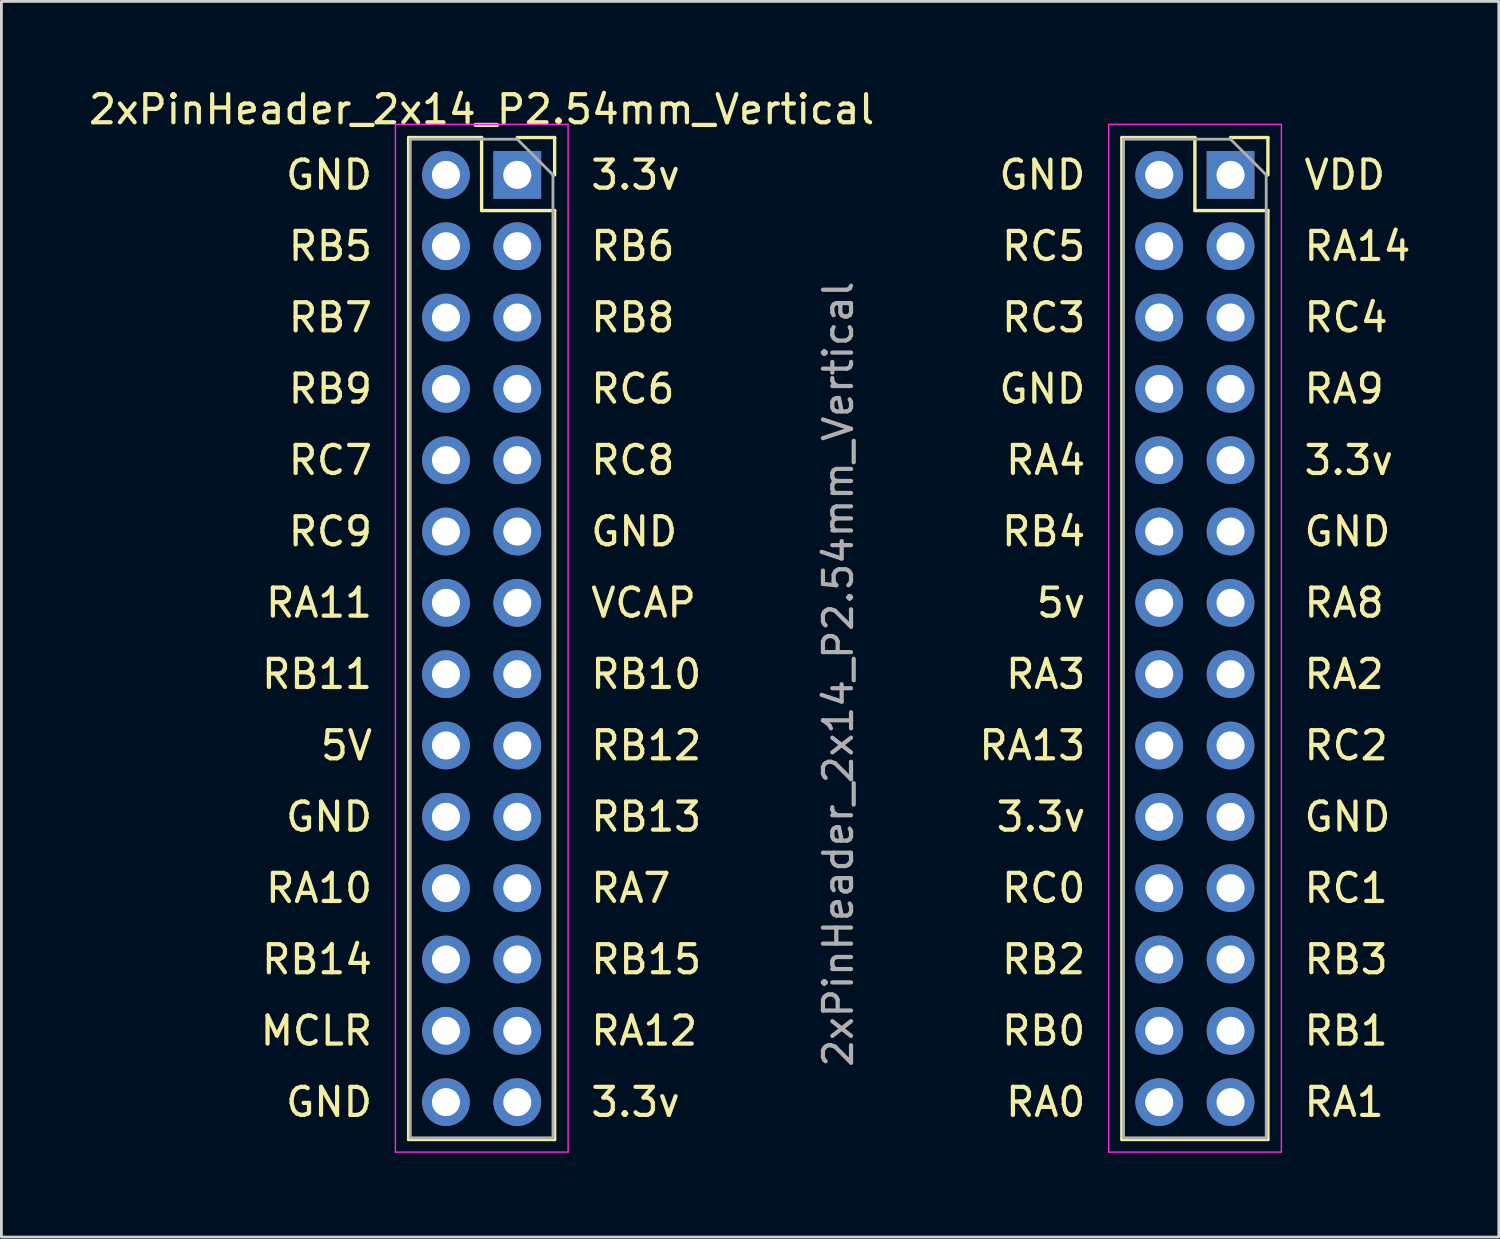
<source format=kicad_pcb>
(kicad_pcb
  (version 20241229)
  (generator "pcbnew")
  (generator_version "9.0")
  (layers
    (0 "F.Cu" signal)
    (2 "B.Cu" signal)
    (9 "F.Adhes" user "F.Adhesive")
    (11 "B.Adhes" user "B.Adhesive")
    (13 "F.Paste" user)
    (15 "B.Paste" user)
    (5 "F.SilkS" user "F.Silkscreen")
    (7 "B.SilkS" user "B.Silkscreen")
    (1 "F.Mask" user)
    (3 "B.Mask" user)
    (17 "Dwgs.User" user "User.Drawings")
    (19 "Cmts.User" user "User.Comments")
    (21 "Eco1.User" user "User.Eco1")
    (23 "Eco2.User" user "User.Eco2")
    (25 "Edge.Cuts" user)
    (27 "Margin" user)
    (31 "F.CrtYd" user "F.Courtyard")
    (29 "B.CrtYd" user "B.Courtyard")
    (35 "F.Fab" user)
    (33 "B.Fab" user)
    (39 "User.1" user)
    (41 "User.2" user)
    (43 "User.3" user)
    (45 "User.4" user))
  (footprint "2xPinHeader_2x14_P2.54mm_Vertical"
    (layer "F.Cu")
    (at 12.831 3.178)
    (property "Reference" "2xPinHeader_2x14_P2.54mm_Vertical" (at 1.27 -2.33 0) (layer "F.SilkS") (effects (font (size 1 1) (thickness 0.15))))
    (attr through_hole)
    (fp_line (start -1.33 -1.33) (end -1.33 34.35) (stroke (width 0.12) (type solid)) (layer "F.SilkS"))
    (fp_line (start 1.27 -1.33) (end -1.33 -1.33) (stroke (width 0.12) (type solid)) (layer "F.SilkS"))
    (fp_line (start 1.27 1.27) (end 1.27 -1.33) (stroke (width 0.12) (type solid)) (layer "F.SilkS"))
    (fp_line (start 3.87 -1.33) (end 2.54 -1.33) (stroke (width 0.12) (type solid)) (layer "F.SilkS"))
    (fp_line (start 3.87 0) (end 3.87 -1.33) (stroke (width 0.12) (type solid)) (layer "F.SilkS"))
    (fp_line (start 3.87 1.27) (end 1.27 1.27) (stroke (width 0.12) (type solid)) (layer "F.SilkS"))
    (fp_line (start 3.87 1.27) (end 3.87 34.35) (stroke (width 0.12) (type solid)) (layer "F.SilkS"))
    (fp_line (start 3.87 34.35) (end -1.33 34.35) (stroke (width 0.12) (type solid)) (layer "F.SilkS"))
    (fp_line (start 24.07 -1.33) (end 24.07 34.35) (stroke (width 0.12) (type solid)) (layer "F.SilkS"))
    (fp_line (start 26.67 -1.33) (end 24.07 -1.33) (stroke (width 0.12) (type solid)) (layer "F.SilkS"))
    (fp_line (start 26.67 1.27) (end 26.67 -1.33) (stroke (width 0.12) (type solid)) (layer "F.SilkS"))
    (fp_line (start 29.27 -1.33) (end 27.94 -1.33) (stroke (width 0.12) (type solid)) (layer "F.SilkS"))
    (fp_line (start 29.27 0) (end 29.27 -1.33) (stroke (width 0.12) (type solid)) (layer "F.SilkS"))
    (fp_line (start 29.27 1.27) (end 26.67 1.27) (stroke (width 0.12) (type solid)) (layer "F.SilkS"))
    (fp_line (start 29.27 1.27) (end 29.27 34.35) (stroke (width 0.12) (type solid)) (layer "F.SilkS"))
    (fp_line (start 29.27 34.35) (end 24.07 34.35) (stroke (width 0.12) (type solid)) (layer "F.SilkS"))
    (fp_line (start -1.81 -1.8) (end 4.34 -1.8) (stroke (width 0.05) (type solid)) (layer "F.CrtYd"))
    (fp_line (start -1.8 -1.8) (end -1.8 34.8) (stroke (width 0.05) (type solid)) (layer "F.CrtYd"))
    (fp_line (start -1.8 34.8) (end 4.35 34.8) (stroke (width 0.05) (type solid)) (layer "F.CrtYd"))
    (fp_line (start 4.35 34.8) (end 4.35 -1.8) (stroke (width 0.05) (type solid)) (layer "F.CrtYd"))
    (fp_line (start 23.6 -1.8) (end 23.6 34.8) (stroke (width 0.05) (type solid)) (layer "F.CrtYd"))
    (fp_line (start 23.6 34.8) (end 29.75 34.8) (stroke (width 0.05) (type solid)) (layer "F.CrtYd"))
    (fp_line (start 29.75 -1.8) (end 23.6 -1.8) (stroke (width 0.05) (type solid)) (layer "F.CrtYd"))
    (fp_line (start 29.75 34.8) (end 29.75 -1.8) (stroke (width 0.05) (type solid)) (layer "F.CrtYd"))
    (fp_line (start -1.27 -1.27) (end -1.27 34.29) (stroke (width 0.1) (type solid)) (layer "F.Fab"))
    (fp_line (start -1.27 34.29) (end 3.81 34.29) (stroke (width 0.1) (type solid)) (layer "F.Fab"))
    (fp_line (start 2.54 -1.27) (end -1.27 -1.27) (stroke (width 0.1) (type solid)) (layer "F.Fab"))
    (fp_line (start 3.81 0) (end 2.54 -1.27) (stroke (width 0.1) (type solid)) (layer "F.Fab"))
    (fp_line (start 3.81 34.29) (end 3.81 0) (stroke (width 0.1) (type solid)) (layer "F.Fab"))
    (fp_line (start 24.13 -1.27) (end 24.13 34.29) (stroke (width 0.1) (type solid)) (layer "F.Fab"))
    (fp_line (start 24.13 34.29) (end 29.21 34.29) (stroke (width 0.1) (type solid)) (layer "F.Fab"))
    (fp_line (start 27.94 -1.27) (end 24.13 -1.27) (stroke (width 0.1) (type solid)) (layer "F.Fab"))
    (fp_line (start 29.21 0) (end 27.94 -1.27) (stroke (width 0.1) (type solid)) (layer "F.Fab"))
    (fp_line (start 29.21 34.29) (end 29.21 0) (stroke (width 0.1) (type solid)) (layer "F.Fab"))
    (fp_text user "MCLR" (at -2.54 30.48 0) (layer "F.SilkS") (effects (font (size 1 1) (thickness 0.15)) (justify right)))
    (fp_text user "RA12" (at 5.08 30.48 0) (layer "F.SilkS") (effects (font (size 1 1) (thickness 0.15)) (justify left)))
    (fp_text user "RB1" (at 30.48 30.48 0) (layer "F.SilkS") (effects (font (size 1 1) (thickness 0.15)) (justify left)))
    (fp_text user "3.3v" (at 30.48 10.16 0) (layer "F.SilkS") (effects (font (size 1 1) (thickness 0.15)) (justify left)))
    (fp_text user "RB4" (at 22.86 12.7 0) (layer "F.SilkS") (effects (font (size 1 1) (thickness 0.15)) (justify right)))
    (fp_text user "RB2" (at 22.86 27.94 0) (layer "F.SilkS") (effects (font (size 1 1) (thickness 0.15)) (justify right)))
    (fp_text user "RC5" (at 22.86 2.54 0) (layer "F.SilkS") (effects (font (size 1 1) (thickness 0.15)) (justify right)))
    (fp_text user "RA9" (at 30.48 7.62 0) (layer "F.SilkS") (effects (font (size 1 1) (thickness 0.15)) (justify left)))
    (fp_text user "RB0" (at 22.86 30.48 0) (layer "F.SilkS") (effects (font (size 1 1) (thickness 0.15)) (justify right)))
    (fp_text user "RA7" (at 5.08 25.4 0) (layer "F.SilkS") (effects (font (size 1 1) (thickness 0.15)) (justify left)))
    (fp_text user "RA2" (at 30.48 17.78 0) (layer "F.SilkS") (effects (font (size 1 1) (thickness 0.15)) (justify left)))
    (fp_text user "VDD" (at 30.48 0 0) (layer "F.SilkS") (effects (font (size 1 1) (thickness 0.15)) (justify left)))
    (fp_text user "3.3v" (at 5.08 0 0) (layer "F.SilkS") (effects (font (size 1 1) (thickness 0.15)) (justify left)))
    (fp_text user "GND" (at -2.54 33.02 0) (layer "F.SilkS") (effects (font (size 1 1) (thickness 0.15)) (justify right)))
    (fp_text user "RB3" (at 30.48 27.94 0) (layer "F.SilkS") (effects (font (size 1 1) (thickness 0.15)) (justify left)))
    (fp_text user "RC9" (at -2.54 12.7 0) (layer "F.SilkS") (effects (font (size 1 1) (thickness 0.15)) (justify right)))
    (fp_text user "5v" (at 22.86 15.24 0) (layer "F.SilkS") (effects (font (size 1 1) (thickness 0.15)) (justify right)))
    (fp_text user "5V" (at -2.54 20.32 0) (layer "F.SilkS") (effects (font (size 1 1) (thickness 0.15)) (justify right)))
    (fp_text user "RC8" (at 5.08 10.16 0) (layer "F.SilkS") (effects (font (size 1 1) (thickness 0.15)) (justify left)))
    (fp_text user "RC3" (at 22.86 5.08 0) (layer "F.SilkS") (effects (font (size 1 1) (thickness 0.15)) (justify right)))
    (fp_text user "RB15" (at 5.08 27.94 0) (layer "F.SilkS") (effects (font (size 1 1) (thickness 0.15)) (justify left)))
    (fp_text user "RB9" (at -2.54 7.62 0) (layer "F.SilkS") (effects (font (size 1 1) (thickness 0.15)) (justify right)))
    (fp_text user "RB6" (at 5.08 2.54 0) (layer "F.SilkS") (effects (font (size 1 1) (thickness 0.15)) (justify left)))
    (fp_text user "GND" (at -2.54 0 0) (layer "F.SilkS") (effects (font (size 1 1) (thickness 0.15)) (justify right)))
    (fp_text user "RC7" (at -2.54 10.16 0) (layer "F.SilkS") (effects (font (size 1 1) (thickness 0.15)) (justify right)))
    (fp_text user "RA13" (at 22.86 20.32 0) (layer "F.SilkS") (effects (font (size 1 1) (thickness 0.15)) (justify right)))
    (fp_text user "GND" (at 30.48 12.7 0) (layer "F.SilkS") (effects (font (size 1 1) (thickness 0.15)) (justify left)))
    (fp_text user "GND" (at 5.08 12.7 0) (layer "F.SilkS") (effects (font (size 1 1) (thickness 0.15)) (justify left)))
    (fp_text user "VCAP" (at 5.08 15.24 0) (layer "F.SilkS") (effects (font (size 1 1) (thickness 0.15)) (justify left)))
    (fp_text user "RB11" (at -2.54 17.78 0) (layer "F.SilkS") (effects (font (size 1 1) (thickness 0.15)) (justify right)))
    (fp_text user "RA10" (at -2.54 25.4 0) (layer "F.SilkS") (effects (font (size 1 1) (thickness 0.15)) (justify right)))
    (fp_text user "RA4" (at 22.86 10.16 0) (layer "F.SilkS") (effects (font (size 1 1) (thickness 0.15)) (justify right)))
    (fp_text user "RB12" (at 5.08 20.32 0) (layer "F.SilkS") (effects (font (size 1 1) (thickness 0.15)) (justify left)))
    (fp_text user "RB13" (at 5.08 22.86 0) (layer "F.SilkS") (effects (font (size 1 1) (thickness 0.15)) (justify left)))
    (fp_text user "RB7" (at -2.54 5.08 0) (layer "F.SilkS") (effects (font (size 1 1) (thickness 0.15)) (justify right)))
    (fp_text user "RB10" (at 5.08 17.78 0) (layer "F.SilkS") (effects (font (size 1 1) (thickness 0.15)) (justify left)))
    (fp_text user "RC1" (at 30.48 25.4 0) (layer "F.SilkS") (effects (font (size 1 1) (thickness 0.15)) (justify left)))
    (fp_text user "RA3" (at 22.86 17.78 0) (layer "F.SilkS") (effects (font (size 1 1) (thickness 0.15)) (justify right)))
    (fp_text user "3.3v" (at 5.08 33.02 0) (layer "F.SilkS") (effects (font (size 1 1) (thickness 0.15)) (justify left)))
    (fp_text user "RC0" (at 22.86 25.4 0) (layer "F.SilkS") (effects (font (size 1 1) (thickness 0.15)) (justify right)))
    (fp_text user "RC4" (at 30.48 5.08 0) (layer "F.SilkS") (effects (font (size 1 1) (thickness 0.15)) (justify left)))
    (fp_text user "3.3v" (at 22.86 22.86 0) (layer "F.SilkS") (effects (font (size 1 1) (thickness 0.15)) (justify right)))
    (fp_text user "RA14" (at 30.48 2.54 0) (layer "F.SilkS") (effects (font (size 1 1) (thickness 0.15)) (justify left)))
    (fp_text user "RB8" (at 5.08 5.08 0) (layer "F.SilkS") (effects (font (size 1 1) (thickness 0.15)) (justify left)))
    (fp_text user "GND" (at 22.86 7.62 0) (layer "F.SilkS") (effects (font (size 1 1) (thickness 0.15)) (justify right)))
    (fp_text user "RC2" (at 30.48 20.32 0) (layer "F.SilkS") (effects (font (size 1 1) (thickness 0.15)) (justify left)))
    (fp_text user "RB14" (at -2.54 27.94 0) (layer "F.SilkS") (effects (font (size 1 1) (thickness 0.15)) (justify right)))
    (fp_text user "RB5" (at -2.54 2.54 0) (layer "F.SilkS") (effects (font (size 1 1) (thickness 0.15)) (justify right)))
    (fp_text user "GND" (at -2.54 22.86 0) (layer "F.SilkS") (effects (font (size 1 1) (thickness 0.15)) (justify right)))
    (fp_text user "GND" (at 22.86 0 0) (layer "F.SilkS") (effects (font (size 1 1) (thickness 0.15)) (justify right)))
    (fp_text user "RA0" (at 22.86 33.02 0) (layer "F.SilkS") (effects (font (size 1 1) (thickness 0.15)) (justify right)))
    (fp_text user "RC6" (at 5.08 7.62 0) (layer "F.SilkS") (effects (font (size 1 1) (thickness 0.15)) (justify left)))
    (fp_text user "GND" (at 30.48 22.86 0) (layer "F.SilkS") (effects (font (size 1 1) (thickness 0.15)) (justify left)))
    (fp_text user "RA1" (at 30.48 33.02 0) (layer "F.SilkS") (effects (font (size 1 1) (thickness 0.15)) (justify left)))
    (fp_text user "RA8" (at 30.48 15.24 0) (layer "F.SilkS") (effects (font (size 1 1) (thickness 0.15)) (justify left)))
    (fp_text user "RA11" (at -2.54 15.24 0) (layer "F.SilkS") (effects (font (size 1 1) (thickness 0.15)) (justify right)))
    (fp_text user "${REFERENCE}" (at 13.97 17.78 90) (layer "F.Fab") (effects (font (size 1 1) (thickness 0.15))))
    (pad "1" thru_hole rect (at 2.54 0) (size 1.7 1.7) (drill 1) (layers "*.Cu" "*.Mask"))
    (pad "2" thru_hole oval (at 0 0) (size 1.7 1.7) (drill 1) (layers "*.Cu" "*.Mask"))
    (pad "3" thru_hole oval (at 2.54 2.54) (size 1.7 1.7) (drill 1) (layers "*.Cu" "*.Mask"))
    (pad "4" thru_hole oval (at 0 2.54) (size 1.7 1.7) (drill 1) (layers "*.Cu" "*.Mask"))
    (pad "5" thru_hole oval (at 2.54 5.08) (size 1.7 1.7) (drill 1) (layers "*.Cu" "*.Mask"))
    (pad "6" thru_hole oval (at 0 5.08) (size 1.7 1.7) (drill 1) (layers "*.Cu" "*.Mask"))
    (pad "7" thru_hole oval (at 2.54 7.62) (size 1.7 1.7) (drill 1) (layers "*.Cu" "*.Mask"))
    (pad "8" thru_hole oval (at 0 7.62) (size 1.7 1.7) (drill 1) (layers "*.Cu" "*.Mask"))
    (pad "9" thru_hole oval (at 2.54 10.16) (size 1.7 1.7) (drill 1) (layers "*.Cu" "*.Mask"))
    (pad "10" thru_hole oval (at 0 10.16) (size 1.7 1.7) (drill 1) (layers "*.Cu" "*.Mask"))
    (pad "11" thru_hole oval (at 2.54 12.7) (size 1.7 1.7) (drill 1) (layers "*.Cu" "*.Mask"))
    (pad "12" thru_hole oval (at 0 12.7) (size 1.7 1.7) (drill 1) (layers "*.Cu" "*.Mask"))
    (pad "13" thru_hole oval (at 2.54 15.24) (size 1.7 1.7) (drill 1) (layers "*.Cu" "*.Mask"))
    (pad "14" thru_hole oval (at 0 15.24) (size 1.7 1.7) (drill 1) (layers "*.Cu" "*.Mask"))
    (pad "15" thru_hole oval (at 2.54 17.78) (size 1.7 1.7) (drill 1) (layers "*.Cu" "*.Mask"))
    (pad "16" thru_hole oval (at 0 17.78) (size 1.7 1.7) (drill 1) (layers "*.Cu" "*.Mask"))
    (pad "17" thru_hole oval (at 2.54 20.32) (size 1.7 1.7) (drill 1) (layers "*.Cu" "*.Mask"))
    (pad "18" thru_hole oval (at 0 20.32) (size 1.7 1.7) (drill 1) (layers "*.Cu" "*.Mask"))
    (pad "19" thru_hole oval (at 2.54 22.86) (size 1.7 1.7) (drill 1) (layers "*.Cu" "*.Mask"))
    (pad "20" thru_hole oval (at 0 22.86) (size 1.7 1.7) (drill 1) (layers "*.Cu" "*.Mask"))
    (pad "21" thru_hole oval (at 2.54 25.4) (size 1.7 1.7) (drill 1) (layers "*.Cu" "*.Mask"))
    (pad "22" thru_hole oval (at 0 25.4) (size 1.7 1.7) (drill 1) (layers "*.Cu" "*.Mask"))
    (pad "23" thru_hole oval (at 2.54 27.94) (size 1.7 1.7) (drill 1) (layers "*.Cu" "*.Mask"))
    (pad "24" thru_hole oval (at 0 27.94) (size 1.7 1.7) (drill 1) (layers "*.Cu" "*.Mask"))
    (pad "25" thru_hole oval (at 2.54 30.48) (size 1.7 1.7) (drill 1) (layers "*.Cu" "*.Mask"))
    (pad "26" thru_hole oval (at 0 30.48) (size 1.7 1.7) (drill 1) (layers "*.Cu" "*.Mask"))
    (pad "27" thru_hole oval (at 2.54 33.02) (size 1.7 1.7) (drill 1) (layers "*.Cu" "*.Mask"))
    (pad "28" thru_hole oval (at 0 33.02) (size 1.7 1.7) (drill 1) (layers "*.Cu" "*.Mask"))
    (pad "29" thru_hole rect (at 27.94 0) (size 1.7 1.7) (drill 1) (layers "*.Cu" "*.Mask"))
    (pad "30" thru_hole oval (at 25.4 0) (size 1.7 1.7) (drill 1) (layers "*.Cu" "*.Mask"))
    (pad "31" thru_hole oval (at 27.94 2.54) (size 1.7 1.7) (drill 1) (layers "*.Cu" "*.Mask"))
    (pad "32" thru_hole oval (at 25.4 2.54) (size 1.7 1.7) (drill 1) (layers "*.Cu" "*.Mask"))
    (pad "33" thru_hole oval (at 27.94 5.08) (size 1.7 1.7) (drill 1) (layers "*.Cu" "*.Mask"))
    (pad "34" thru_hole oval (at 25.4 5.08) (size 1.7 1.7) (drill 1) (layers "*.Cu" "*.Mask"))
    (pad "35" thru_hole oval (at 27.94 7.62) (size 1.7 1.7) (drill 1) (layers "*.Cu" "*.Mask"))
    (pad "36" thru_hole oval (at 25.4 7.62) (size 1.7 1.7) (drill 1) (layers "*.Cu" "*.Mask"))
    (pad "37" thru_hole oval (at 27.94 10.16) (size 1.7 1.7) (drill 1) (layers "*.Cu" "*.Mask"))
    (pad "38" thru_hole oval (at 25.4 10.16) (size 1.7 1.7) (drill 1) (layers "*.Cu" "*.Mask"))
    (pad "39" thru_hole oval (at 27.94 12.7) (size 1.7 1.7) (drill 1) (layers "*.Cu" "*.Mask"))
    (pad "40" thru_hole oval (at 25.4 12.7) (size 1.7 1.7) (drill 1) (layers "*.Cu" "*.Mask"))
    (pad "41" thru_hole oval (at 27.94 15.24) (size 1.7 1.7) (drill 1) (layers "*.Cu" "*.Mask"))
    (pad "42" thru_hole oval (at 25.4 15.24) (size 1.7 1.7) (drill 1) (layers "*.Cu" "*.Mask"))
    (pad "43" thru_hole oval (at 27.94 17.78) (size 1.7 1.7) (drill 1) (layers "*.Cu" "*.Mask"))
    (pad "44" thru_hole oval (at 25.4 17.78) (size 1.7 1.7) (drill 1) (layers "*.Cu" "*.Mask"))
    (pad "45" thru_hole oval (at 27.94 20.32) (size 1.7 1.7) (drill 1) (layers "*.Cu" "*.Mask"))
    (pad "46" thru_hole oval (at 25.4 20.32) (size 1.7 1.7) (drill 1) (layers "*.Cu" "*.Mask"))
    (pad "47" thru_hole oval (at 27.94 22.86) (size 1.7 1.7) (drill 1) (layers "*.Cu" "*.Mask"))
    (pad "48" thru_hole oval (at 25.4 22.86) (size 1.7 1.7) (drill 1) (layers "*.Cu" "*.Mask"))
    (pad "49" thru_hole oval (at 27.94 25.4) (size 1.7 1.7) (drill 1) (layers "*.Cu" "*.Mask"))
    (pad "50" thru_hole oval (at 25.4 25.4) (size 1.7 1.7) (drill 1) (layers "*.Cu" "*.Mask"))
    (pad "51" thru_hole oval (at 27.94 27.94) (size 1.7 1.7) (drill 1) (layers "*.Cu" "*.Mask"))
    (pad "52" thru_hole oval (at 25.4 27.94) (size 1.7 1.7) (drill 1) (layers "*.Cu" "*.Mask"))
    (pad "53" thru_hole oval (at 27.94 30.48) (size 1.7 1.7) (drill 1) (layers "*.Cu" "*.Mask"))
    (pad "54" thru_hole oval (at 25.4 30.48) (size 1.7 1.7) (drill 1) (layers "*.Cu" "*.Mask"))
    (pad "55" thru_hole oval (at 27.94 33.02) (size 1.7 1.7) (drill 1) (layers "*.Cu" "*.Mask"))
    (pad "56" thru_hole oval (at 25.4 33.02) (size 1.7 1.7) (drill 1) (layers "*.Cu" "*.Mask")))
  (gr_rect
    (start -3 -3)
    (end 50.323 41.003)
    (stroke (width 0.1) (type default))
    (fill no)
    (layer "Edge.Cuts")))
</source>
